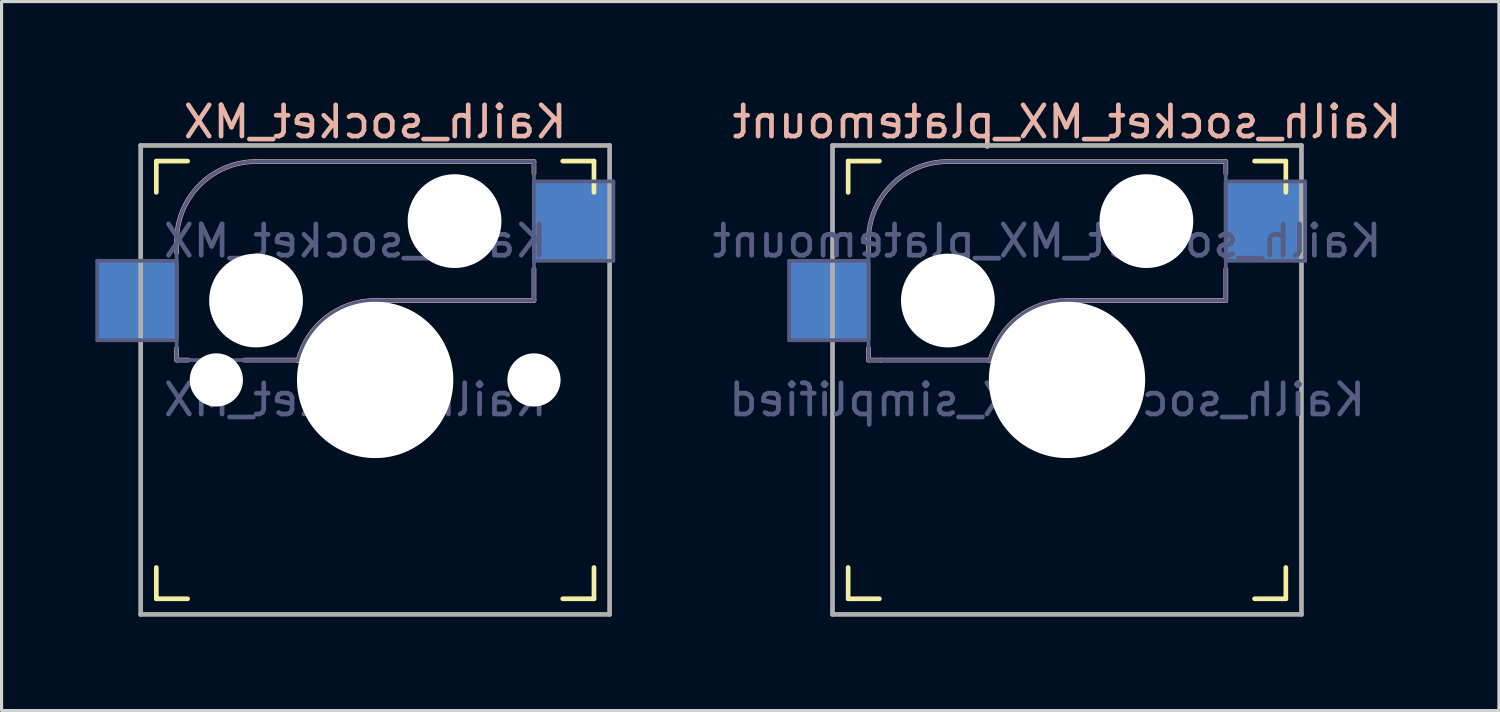
<source format=kicad_pcb>
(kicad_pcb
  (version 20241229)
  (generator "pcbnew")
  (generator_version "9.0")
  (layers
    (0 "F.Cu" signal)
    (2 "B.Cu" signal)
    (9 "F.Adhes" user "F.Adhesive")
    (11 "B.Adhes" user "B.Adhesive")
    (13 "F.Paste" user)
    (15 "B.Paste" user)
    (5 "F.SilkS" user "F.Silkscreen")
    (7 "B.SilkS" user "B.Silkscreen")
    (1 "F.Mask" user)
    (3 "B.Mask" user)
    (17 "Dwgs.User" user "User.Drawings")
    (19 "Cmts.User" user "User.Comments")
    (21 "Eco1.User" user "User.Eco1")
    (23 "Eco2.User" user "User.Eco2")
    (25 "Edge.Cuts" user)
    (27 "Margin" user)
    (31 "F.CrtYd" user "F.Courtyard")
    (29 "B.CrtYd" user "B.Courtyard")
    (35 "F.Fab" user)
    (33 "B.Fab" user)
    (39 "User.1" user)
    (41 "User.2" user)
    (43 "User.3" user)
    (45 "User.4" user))
  (footprint "Kailh_socket_MX"
    (layer "F.Cu")
    (at 8.95 9.103)
    (property "Reference" "Kailh_socket_MX" (at 0 -8.255 0) (layer "B.SilkS") (effects (font (size 1 1) (thickness 0.15)) (justify mirror)))
    (property "Value" "Kailh_socket_MX" (at 0 8.255 0) (layer "F.Fab") (hide yes) (effects (font (size 1 1) (thickness 0.15))))
    (attr smd)
    (fp_line (start -7 -6) (end -7 -7) (stroke (width 0.15) (type solid)) (layer "F.SilkS"))
    (fp_line (start -7 7) (end -7 6) (stroke (width 0.15) (type solid)) (layer "F.SilkS"))
    (fp_line (start -7 7) (end -6 7) (stroke (width 0.15) (type solid)) (layer "F.SilkS"))
    (fp_line (start -6 -7) (end -7 -7) (stroke (width 0.15) (type solid)) (layer "F.SilkS"))
    (fp_line (start 6 7) (end 7 7) (stroke (width 0.15) (type solid)) (layer "F.SilkS"))
    (fp_line (start 7 -7) (end 6 -7) (stroke (width 0.15) (type solid)) (layer "F.SilkS"))
    (fp_line (start 7 -7) (end 7 -6) (stroke (width 0.15) (type solid)) (layer "F.SilkS"))
    (fp_line (start 7 6) (end 7 7) (stroke (width 0.15) (type solid)) (layer "F.SilkS"))
    (fp_line (start -6.35 -4.445) (end -6.35 -4.064) (stroke (width 0.15) (type solid)) (layer "B.SilkS"))
    (fp_line (start -6.35 -1.016) (end -6.35 -0.635) (stroke (width 0.15) (type solid)) (layer "B.SilkS"))
    (fp_line (start -5.969 -0.635) (end -6.35 -0.635) (stroke (width 0.15) (type solid)) (layer "B.SilkS"))
    (fp_line (start -3.81 -6.985) (end 5.08 -6.985) (stroke (width 0.15) (type solid)) (layer "B.SilkS"))
    (fp_line (start -2.464 -0.635) (end -4.191 -0.635) (stroke (width 0.15) (type solid)) (layer "B.SilkS"))
    (fp_line (start 5.08 -6.985) (end 5.08 -6.604) (stroke (width 0.15) (type solid)) (layer "B.SilkS"))
    (fp_line (start 5.08 -3.556) (end 5.08 -2.54) (stroke (width 0.15) (type solid)) (layer "B.SilkS"))
    (fp_line (start 5.08 -2.54) (end 0 -2.54) (stroke (width 0.15) (type solid)) (layer "B.SilkS"))
    (fp_arc (start -6.35 -4.445) (mid -5.606051 -6.241051) (end -3.81 -6.985) (stroke (width 0.15) (type solid)) (layer "B.SilkS"))
    (fp_arc (start -2.464162 -0.61604) (mid -1.563147 -2.002042) (end 0 -2.54) (stroke (width 0.15) (type solid)) (layer "B.SilkS"))
    (fp_line (start -6.9 6.9) (end -6.9 -6.9) (stroke (width 0.15) (type solid)) (layer "Eco2.User"))
    (fp_line (start -6.9 6.9) (end 6.9 6.9) (stroke (width 0.15) (type solid)) (layer "Eco2.User"))
    (fp_line (start 6.9 -6.9) (end -6.9 -6.9) (stroke (width 0.15) (type solid)) (layer "Eco2.User"))
    (fp_line (start 6.9 -6.9) (end 6.9 6.9) (stroke (width 0.15) (type solid)) (layer "Eco2.User"))
    (fp_line (start -8.89 -3.81) (end -6.35 -3.81) (stroke (width 0.12) (type solid)) (layer "B.Fab"))
    (fp_line (start -8.89 -1.27) (end -8.89 -3.81) (stroke (width 0.12) (type solid)) (layer "B.Fab"))
    (fp_line (start -6.35 -1.27) (end -8.89 -1.27) (stroke (width 0.12) (type solid)) (layer "B.Fab"))
    (fp_line (start -6.35 -0.635) (end -6.35 -4.445) (stroke (width 0.12) (type solid)) (layer "B.Fab"))
    (fp_line (start -6.35 -0.635) (end -2.54 -0.635) (stroke (width 0.12) (type solid)) (layer "B.Fab"))
    (fp_line (start -3.81 -6.985) (end 5.08 -6.985) (stroke (width 0.12) (type solid)) (layer "B.Fab"))
    (fp_line (start 5.08 -6.985) (end 5.08 -2.54) (stroke (width 0.12) (type solid)) (layer "B.Fab"))
    (fp_line (start 5.08 -6.35) (end 7.62 -6.35) (stroke (width 0.12) (type solid)) (layer "B.Fab"))
    (fp_line (start 5.08 -2.54) (end 0 -2.54) (stroke (width 0.12) (type solid)) (layer "B.Fab"))
    (fp_line (start 7.62 -6.35) (end 7.62 -3.81) (stroke (width 0.12) (type solid)) (layer "B.Fab"))
    (fp_line (start 7.62 -3.81) (end 5.08 -3.81) (stroke (width 0.12) (type solid)) (layer "B.Fab"))
    (fp_arc (start -6.35 -4.445) (mid -5.606051 -6.241051) (end -3.81 -6.985) (stroke (width 0.12) (type solid)) (layer "B.Fab"))
    (fp_arc (start -2.464162 -0.61604) (mid -1.563147 -2.002042) (end 0 -2.54) (stroke (width 0.12) (type solid)) (layer "B.Fab"))
    (fp_line (start -7.5 -7.5) (end 7.5 -7.5) (stroke (width 0.15) (type solid)) (layer "F.Fab"))
    (fp_line (start -7.5 7.5) (end -7.5 -7.5) (stroke (width 0.15) (type solid)) (layer "F.Fab"))
    (fp_line (start 7.5 -7.5) (end 7.5 7.5) (stroke (width 0.15) (type solid)) (layer "F.Fab"))
    (fp_line (start 7.5 7.5) (end -7.5 7.5) (stroke (width 0.15) (type solid)) (layer "F.Fab"))
    (fp_text user "${VALUE}" (at -0.635 0.635 0) (layer "B.Fab") (effects (font (size 1 1) (thickness 0.15)) (justify mirror)))
    (fp_text user "${REFERENCE}" (at -0.635 -4.445 0) (layer "B.Fab") (effects (font (size 1 1) (thickness 0.15)) (justify mirror)))
    (pad "" np_thru_hole circle (at -5.08 0) (size 1.702 1.702) (drill 1.702) (layers "*.Cu" "*.Mask"))
    (pad "" np_thru_hole circle (at -3.81 -2.54) (size 3 3) (drill 3) (layers "*.Cu" "*.Mask"))
    (pad "" np_thru_hole circle (at 0 0) (size 5 5) (drill 5) (layers "*.Cu" "*.Mask"))
    (pad "" np_thru_hole circle (at 2.54 -5.08) (size 3 3) (drill 3) (layers "*.Cu" "*.Mask"))
    (pad "" np_thru_hole circle (at 5.08 0) (size 1.702 1.702) (drill 1.702) (layers "*.Cu" "*.Mask"))
    (pad "1" smd rect (at 6.29 -5.08) (size 2.55 2.5) (layers "B.Cu" "B.Mask" "B.Paste"))
    (pad "2" smd rect (at -7.56 -2.54) (size 2.55 2.5) (layers "B.Cu" "B.Mask" "B.Paste")))
  (footprint "Kailh_socket_MX_platemount"
    (layer "F.Cu")
    (at 31.08 9.103)
    (property "Reference" "Kailh_socket_MX_platemount" (at 0 -8.255 0) (layer "B.SilkS") (effects (font (size 1 1) (thickness 0.15)) (justify mirror)))
    (property "Value" "Kailh_socket_MX_simplified" (at 0 8.255 0) (layer "F.Fab") (hide yes) (effects (font (size 1 1) (thickness 0.15))))
    (attr smd)
    (fp_line (start -7 -6) (end -7 -7) (stroke (width 0.15) (type solid)) (layer "F.SilkS"))
    (fp_line (start -7 7) (end -7 6) (stroke (width 0.15) (type solid)) (layer "F.SilkS"))
    (fp_line (start -7 7) (end -6 7) (stroke (width 0.15) (type solid)) (layer "F.SilkS"))
    (fp_line (start -6 -7) (end -7 -7) (stroke (width 0.15) (type solid)) (layer "F.SilkS"))
    (fp_line (start 6 7) (end 7 7) (stroke (width 0.15) (type solid)) (layer "F.SilkS"))
    (fp_line (start 7 -7) (end 6 -7) (stroke (width 0.15) (type solid)) (layer "F.SilkS"))
    (fp_line (start 7 -7) (end 7 -6) (stroke (width 0.15) (type solid)) (layer "F.SilkS"))
    (fp_line (start 7 6) (end 7 7) (stroke (width 0.15) (type solid)) (layer "F.SilkS"))
    (fp_line (start -6.35 -4.445) (end -6.35 -4.064) (stroke (width 0.15) (type solid)) (layer "B.SilkS"))
    (fp_line (start -6.35 -1.016) (end -6.35 -0.635) (stroke (width 0.15) (type solid)) (layer "B.SilkS"))
    (fp_line (start -5.969 -0.635) (end -6.35 -0.635) (stroke (width 0.15) (type solid)) (layer "B.SilkS"))
    (fp_line (start -3.81 -6.985) (end 5.08 -6.985) (stroke (width 0.15) (type solid)) (layer "B.SilkS"))
    (fp_line (start -2.464 -0.635) (end -5.969 -0.635) (stroke (width 0.15) (type solid)) (layer "B.SilkS"))
    (fp_line (start 5.08 -6.985) (end 5.08 -6.604) (stroke (width 0.15) (type solid)) (layer "B.SilkS"))
    (fp_line (start 5.08 -3.556) (end 5.08 -2.54) (stroke (width 0.15) (type solid)) (layer "B.SilkS"))
    (fp_line (start 5.08 -2.54) (end 0 -2.54) (stroke (width 0.15) (type solid)) (layer "B.SilkS"))
    (fp_arc (start -6.35 -4.445) (mid -5.606051 -6.241051) (end -3.81 -6.985) (stroke (width 0.15) (type solid)) (layer "B.SilkS"))
    (fp_arc (start -2.464162 -0.61604) (mid -1.563147 -2.002042) (end 0 -2.54) (stroke (width 0.15) (type solid)) (layer "B.SilkS"))
    (fp_line (start -6.9 6.9) (end -6.9 -6.9) (stroke (width 0.15) (type solid)) (layer "Eco2.User"))
    (fp_line (start -6.9 6.9) (end 6.9 6.9) (stroke (width 0.15) (type solid)) (layer "Eco2.User"))
    (fp_line (start 6.9 -6.9) (end -6.9 -6.9) (stroke (width 0.15) (type solid)) (layer "Eco2.User"))
    (fp_line (start 6.9 -6.9) (end 6.9 6.9) (stroke (width 0.15) (type solid)) (layer "Eco2.User"))
    (fp_line (start -8.89 -3.81) (end -6.35 -3.81) (stroke (width 0.12) (type solid)) (layer "B.Fab"))
    (fp_line (start -8.89 -1.27) (end -8.89 -3.81) (stroke (width 0.12) (type solid)) (layer "B.Fab"))
    (fp_line (start -6.35 -1.27) (end -8.89 -1.27) (stroke (width 0.12) (type solid)) (layer "B.Fab"))
    (fp_line (start -6.35 -0.635) (end -6.35 -4.445) (stroke (width 0.12) (type solid)) (layer "B.Fab"))
    (fp_line (start -6.35 -0.635) (end -2.54 -0.635) (stroke (width 0.12) (type solid)) (layer "B.Fab"))
    (fp_line (start -3.81 -6.985) (end 5.08 -6.985) (stroke (width 0.12) (type solid)) (layer "B.Fab"))
    (fp_line (start 5.08 -6.985) (end 5.08 -2.54) (stroke (width 0.12) (type solid)) (layer "B.Fab"))
    (fp_line (start 5.08 -6.35) (end 7.62 -6.35) (stroke (width 0.12) (type solid)) (layer "B.Fab"))
    (fp_line (start 5.08 -2.54) (end 0 -2.54) (stroke (width 0.12) (type solid)) (layer "B.Fab"))
    (fp_line (start 7.62 -6.35) (end 7.62 -3.81) (stroke (width 0.12) (type solid)) (layer "B.Fab"))
    (fp_line (start 7.62 -3.81) (end 5.08 -3.81) (stroke (width 0.12) (type solid)) (layer "B.Fab"))
    (fp_arc (start -6.35 -4.445) (mid -5.606051 -6.241051) (end -3.81 -6.985) (stroke (width 0.12) (type solid)) (layer "B.Fab"))
    (fp_arc (start -2.464162 -0.61604) (mid -1.563147 -2.002042) (end 0 -2.54) (stroke (width 0.12) (type solid)) (layer "B.Fab"))
    (fp_line (start -7.5 -7.5) (end 7.5 -7.5) (stroke (width 0.15) (type solid)) (layer "F.Fab"))
    (fp_line (start -7.5 7.5) (end -7.5 -7.5) (stroke (width 0.15) (type solid)) (layer "F.Fab"))
    (fp_line (start 7.5 -7.5) (end 7.5 7.5) (stroke (width 0.15) (type solid)) (layer "F.Fab"))
    (fp_line (start 7.5 7.5) (end -7.5 7.5) (stroke (width 0.15) (type solid)) (layer "F.Fab"))
    (fp_text user "${REFERENCE}" (at -0.635 -4.445 0) (layer "B.Fab") (effects (font (size 1 1) (thickness 0.15)) (justify mirror)))
    (fp_text user "${VALUE}" (at -0.635 0.635 0) (layer "B.Fab") (effects (font (size 1 1) (thickness 0.15)) (justify mirror)))
    (pad "" np_thru_hole circle (at -3.81 -2.54) (size 3 3) (drill 3) (layers "*.Cu" "*.Mask"))
    (pad "" np_thru_hole circle (at 0 0) (size 5 5) (drill 5) (layers "*.Cu" "*.Mask"))
    (pad "" np_thru_hole circle (at 2.54 -5.08) (size 3 3) (drill 3) (layers "*.Cu" "*.Mask"))
    (pad "1" smd rect (at -7.56 -2.54) (size 2.55 2.5) (layers "B.Cu" "B.Mask" "B.Paste"))
    (pad "2" smd rect (at 6.29 -5.08) (size 2.55 2.5) (layers "B.Cu" "B.Mask" "B.Paste")))
  (gr_rect
    (start -3 -3)
    (end 44.896 19.678)
    (stroke (width 0.1) (type default))
    (fill no)
    (layer "Edge.Cuts")))
</source>
